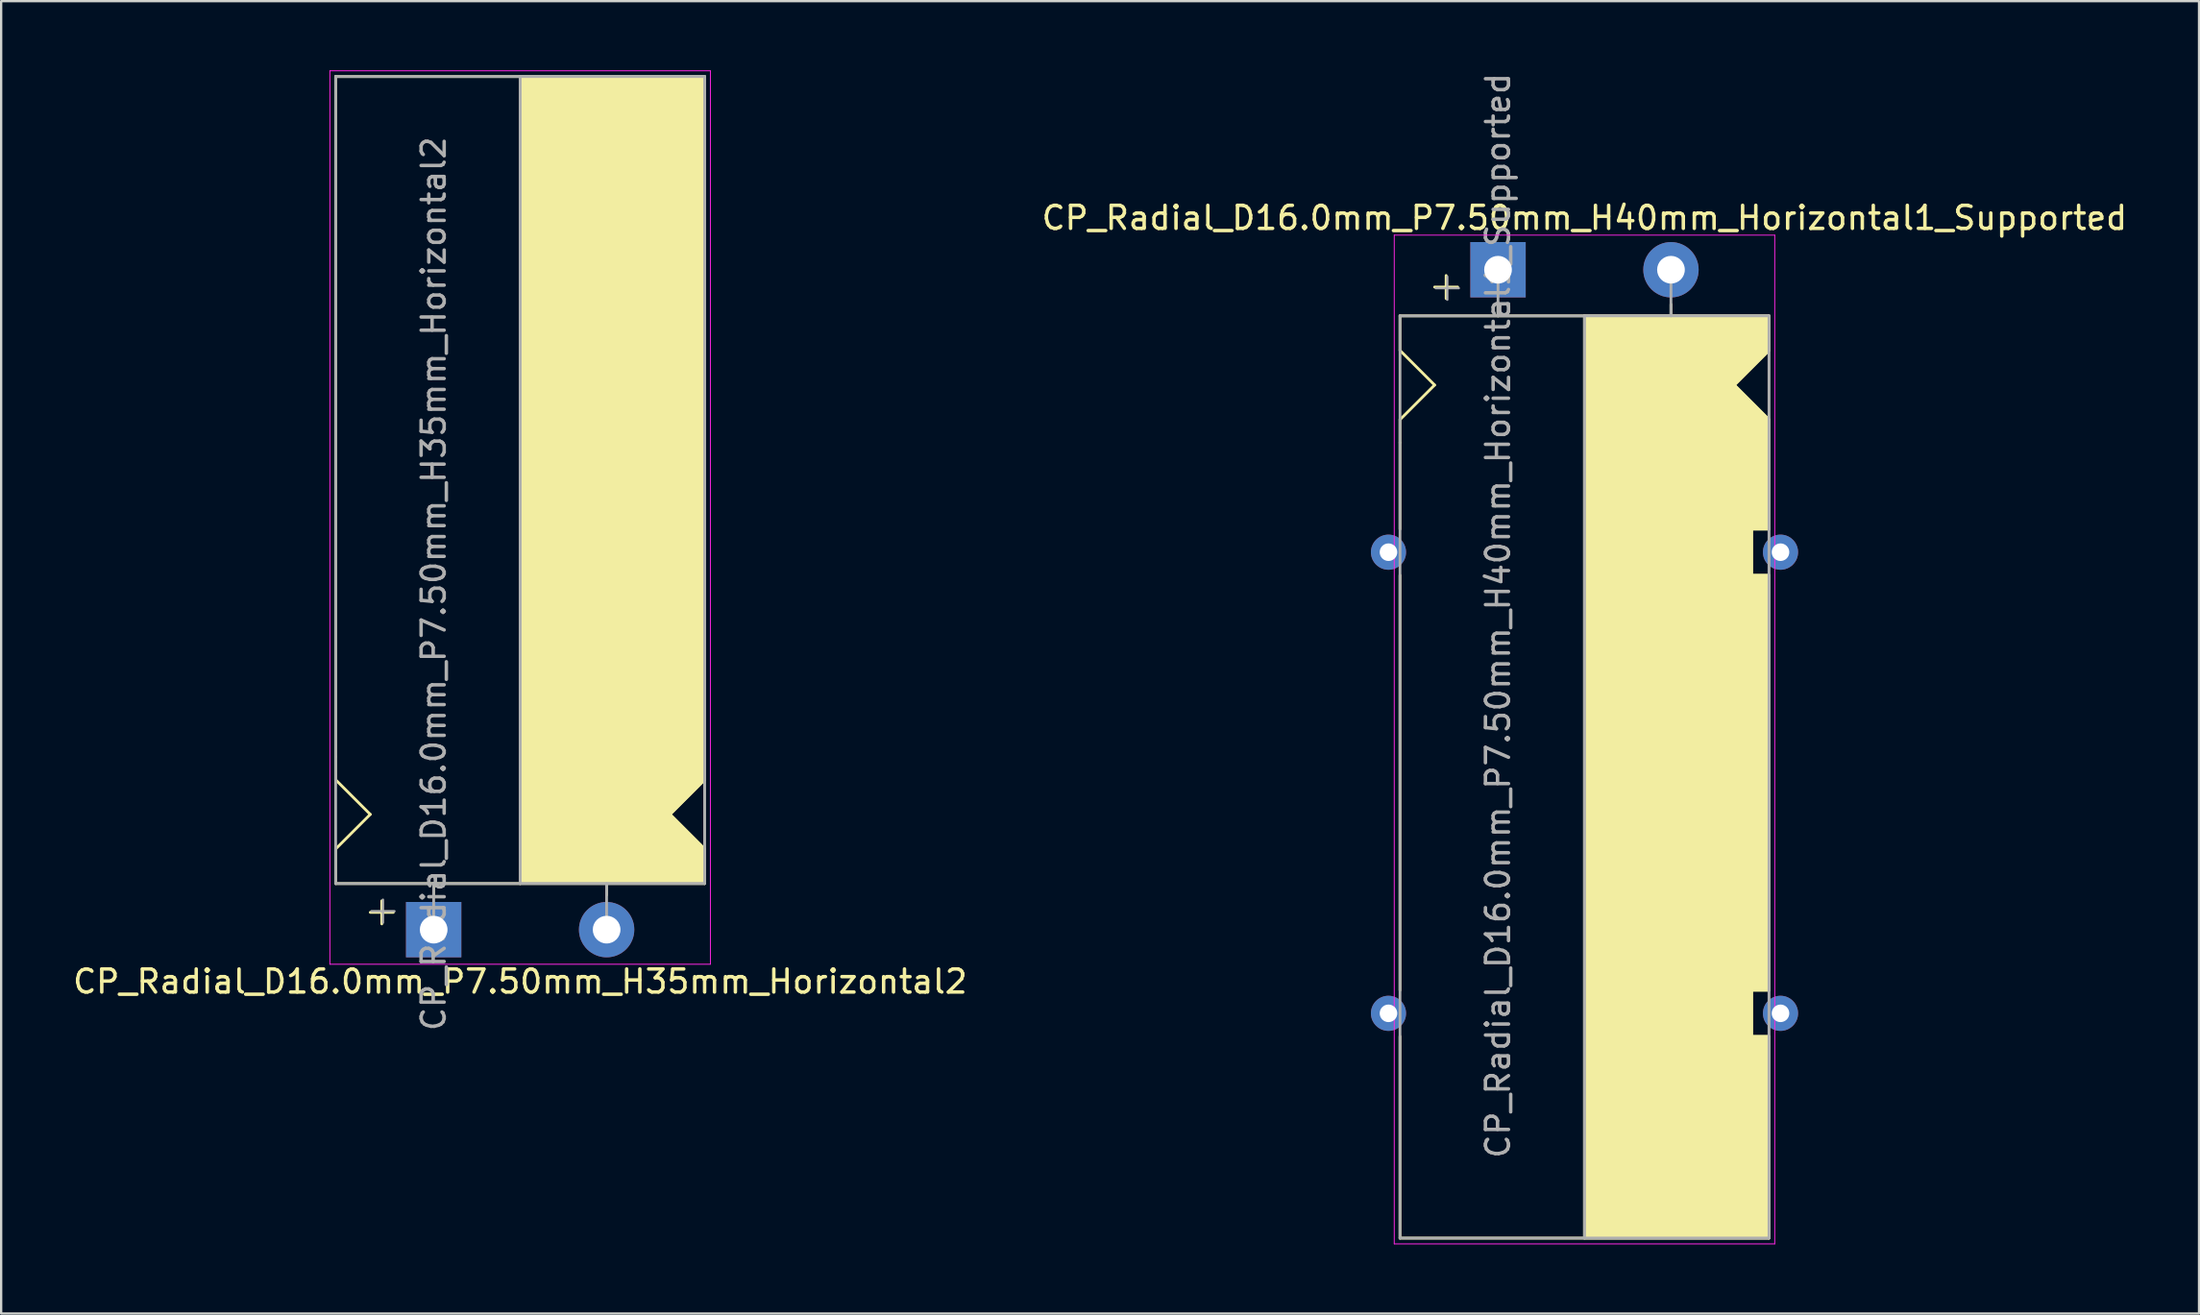
<source format=kicad_pcb>
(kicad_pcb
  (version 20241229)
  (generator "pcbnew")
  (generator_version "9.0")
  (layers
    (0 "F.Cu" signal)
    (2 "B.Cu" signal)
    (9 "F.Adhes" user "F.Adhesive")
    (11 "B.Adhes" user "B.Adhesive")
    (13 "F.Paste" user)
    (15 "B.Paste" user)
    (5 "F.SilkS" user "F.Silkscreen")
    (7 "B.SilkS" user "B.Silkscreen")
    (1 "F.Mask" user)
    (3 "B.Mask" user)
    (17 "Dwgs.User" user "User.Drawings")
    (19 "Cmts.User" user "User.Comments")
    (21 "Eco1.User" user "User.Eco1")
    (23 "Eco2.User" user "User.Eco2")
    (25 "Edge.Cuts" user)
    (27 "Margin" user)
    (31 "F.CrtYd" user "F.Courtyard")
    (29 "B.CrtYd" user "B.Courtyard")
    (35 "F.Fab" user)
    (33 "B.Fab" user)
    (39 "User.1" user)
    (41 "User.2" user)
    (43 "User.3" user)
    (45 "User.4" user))
  (footprint "CP_Radial_D16.0mm_P7.50mm_H40mm_Horizontal1_Supported"
    (layer "F.Cu")
    (at 61.911 8.649)
    (property "Reference" "CP_Radial_D16.0mm_P7.50mm_H40mm_Horizontal1_Supported" (at 3.75 -2.25 0) (layer "F.SilkS") (effects (font (size 1 1) (thickness 0.15))))
    (attr through_hole)
    (fp_line (start -4.25 2) (end -4.25 3.5) (stroke (width 0.12) (type solid)) (layer "F.SilkS"))
    (fp_line (start -4.25 3.5) (end -2.75 5) (stroke (width 0.12) (type solid)) (layer "F.SilkS"))
    (fp_line (start -4.25 6.5) (end -4.25 7.5) (stroke (width 0.12) (type solid)) (layer "F.SilkS"))
    (fp_line (start -4.25 7.5) (end -4.25 11.25) (stroke (width 0.12) (type solid)) (layer "F.SilkS"))
    (fp_line (start -4.25 31.25) (end -4.25 13.25) (stroke (width 0.12) (type solid)) (layer "F.SilkS"))
    (fp_line (start -4.25 33.25) (end -4.25 42) (stroke (width 0.12) (type solid)) (layer "F.SilkS"))
    (fp_line (start -2.75 5) (end -4.25 6.5) (stroke (width 0.12) (type solid)) (layer "F.SilkS"))
    (fp_line (start -2.25 0.25) (end -2.25 1.25) (stroke (width 0.12) (type solid)) (layer "F.SilkS"))
    (fp_line (start -1.75 0.75) (end -2.75 0.75) (stroke (width 0.12) (type solid)) (layer "F.SilkS"))
    (fp_line (start 0 1.5) (end 0 2) (stroke (width 0.12) (type solid)) (layer "F.SilkS"))
    (fp_line (start 3.75 2) (end -4.25 2) (stroke (width 0.12) (type solid)) (layer "F.SilkS"))
    (fp_line (start 3.75 2) (end 3.75 42) (stroke (width 0.12) (type solid)) (layer "F.SilkS"))
    (fp_line (start 3.75 2) (end 11.75 2) (stroke (width 0.12) (type solid)) (layer "F.SilkS"))
    (fp_line (start 7.5 1.5) (end 7.5 2) (stroke (width 0.12) (type solid)) (layer "F.SilkS"))
    (fp_line (start 10.25 5) (end 11.75 6.5) (stroke (width 0.12) (type solid)) (layer "F.SilkS"))
    (fp_line (start 11 11.25) (end 11.75 11.25) (stroke (width 0.12) (type solid)) (layer "F.SilkS"))
    (fp_line (start 11 13.25) (end 11 11.25) (stroke (width 0.12) (type solid)) (layer "F.SilkS"))
    (fp_line (start 11 31.25) (end 11.75 31.25) (stroke (width 0.12) (type solid)) (layer "F.SilkS"))
    (fp_line (start 11 33.25) (end 11 31.25) (stroke (width 0.12) (type solid)) (layer "F.SilkS"))
    (fp_line (start 11.75 2) (end 11.75 3.5) (stroke (width 0.12) (type solid)) (layer "F.SilkS"))
    (fp_line (start 11.75 3.5) (end 10.25 5) (stroke (width 0.12) (type solid)) (layer "F.SilkS"))
    (fp_line (start 11.75 11.25) (end 11.75 6.5) (stroke (width 0.12) (type solid)) (layer "F.SilkS"))
    (fp_line (start 11.75 13.25) (end 11 13.25) (stroke (width 0.12) (type solid)) (layer "F.SilkS"))
    (fp_line (start 11.75 13.25) (end 11.75 31.25) (stroke (width 0.12) (type solid)) (layer "F.SilkS"))
    (fp_line (start 11.75 33.25) (end 11 33.25) (stroke (width 0.12) (type solid)) (layer "F.SilkS"))
    (fp_line (start 11.75 42) (end -4.25 42) (stroke (width 0.12) (type solid)) (layer "F.SilkS"))
    (fp_line (start 11.75 42) (end 11.75 33.25) (stroke (width 0.12) (type solid)) (layer "F.SilkS"))
    (fp_poly (pts (xy 11.75 3.5) (xy 10.25 5) (xy 11.75 6.5) (xy 11.75 11.25) (xy 11 11.25) (xy 11 13.25) (xy 11.75 13.25) (xy 11.75 31.25) (xy 11 31.25) (xy 11 33.25) (xy 11.75 33.25) (xy 11.75 42) (xy 3.75 42) (xy 3.75 2) (xy 11.75 2)) (stroke (width 0.1) (type solid)) (fill yes) (layer "F.SilkS"))
    (fp_line (start -4.5 -1.5) (end 12 -1.5) (stroke (width 0.04) (type solid)) (layer "F.CrtYd"))
    (fp_line (start -4.5 42.25) (end -4.5 -1.5) (stroke (width 0.04) (type solid)) (layer "F.CrtYd"))
    (fp_line (start 12 -1.5) (end 12 42.25) (stroke (width 0.04) (type solid)) (layer "F.CrtYd"))
    (fp_line (start 12 42.25) (end -4.5 42.25) (stroke (width 0.04) (type solid)) (layer "F.CrtYd"))
    (fp_line (start -4.25 2) (end -4.25 42) (stroke (width 0.12) (type solid)) (layer "F.Fab"))
    (fp_line (start -4.25 42) (end 11.75 42) (stroke (width 0.12) (type solid)) (layer "F.Fab"))
    (fp_line (start -2.7 0.8) (end -1.7 0.8) (stroke (width 0.1) (type solid)) (layer "F.Fab"))
    (fp_line (start -2.2 1.3) (end -2.2 0.3) (stroke (width 0.1) (type solid)) (layer "F.Fab"))
    (fp_line (start 0 0) (end 0 2) (stroke (width 0.12) (type solid)) (layer "F.Fab"))
    (fp_line (start 0 2) (end -4.25 2) (stroke (width 0.12) (type solid)) (layer "F.Fab"))
    (fp_line (start 3.75 2) (end 3.75 42) (stroke (width 0.12) (type solid)) (layer "F.Fab"))
    (fp_line (start 7.5 0) (end 7.5 2) (stroke (width 0.12) (type solid)) (layer "F.Fab"))
    (fp_line (start 11.75 2) (end 0 2) (stroke (width 0.12) (type solid)) (layer "F.Fab"))
    (fp_line (start 11.75 42) (end 11.75 2) (stroke (width 0.12) (type solid)) (layer "F.Fab"))
    (fp_poly (pts (xy 11.75 42) (xy 3.75 42) (xy 3.75 2) (xy 11.75 2)) (stroke (width 0.1) (type solid)) (fill no) (layer "F.Fab"))
    (fp_text user "${REFERENCE}" (at 0 15 90) (layer "F.Fab") (effects (font (size 1 1) (thickness 0.15))))
    (pad "" thru_hole circle (at -4.75 12.25) (size 1.524 1.524) (drill 0.762) (layers "*.Cu" "*.Mask"))
    (pad "" thru_hole circle (at -4.75 32.25) (size 1.524 1.524) (drill 0.762) (layers "*.Cu" "*.Mask"))
    (pad "" thru_hole circle (at 12.25 12.25) (size 1.524 1.524) (drill 0.762) (layers "*.Cu" "*.Mask"))
    (pad "" thru_hole circle (at 12.25 32.25) (size 1.524 1.524) (drill 0.762) (layers "*.Cu" "*.Mask"))
    (pad "1" thru_hole rect (at 0 0) (size 2.4 2.4) (drill 1.2) (layers "*.Cu" "*.Mask"))
    (pad "2" thru_hole circle (at 7.5 0) (size 2.4 2.4) (drill 1.2) (layers "*.Cu" "*.Mask")))
  (footprint "CP_Radial_D16.0mm_P7.50mm_H35mm_Horizontal2"
    (layer "F.Cu")
    (at 15.756 37.27)
    (property "Reference" "CP_Radial_D16.0mm_P7.50mm_H35mm_Horizontal2" (at 3.75 2.25 0) (layer "F.SilkS") (effects (font (size 1 1) (thickness 0.15))))
    (attr through_hole)
    (fp_line (start -4.25 -7.5) (end -4.25 -37) (stroke (width 0.12) (type solid)) (layer "F.SilkS"))
    (fp_line (start -4.25 -6.5) (end -4.25 -7.5) (stroke (width 0.12) (type solid)) (layer "F.SilkS"))
    (fp_line (start -4.25 -3.5) (end -2.75 -5) (stroke (width 0.12) (type solid)) (layer "F.SilkS"))
    (fp_line (start -4.25 -2) (end -4.25 -3.5) (stroke (width 0.12) (type solid)) (layer "F.SilkS"))
    (fp_line (start -2.75 -5) (end -4.25 -6.5) (stroke (width 0.12) (type solid)) (layer "F.SilkS"))
    (fp_line (start -2.25 -1.25) (end -2.25 -0.25) (stroke (width 0.12) (type solid)) (layer "F.SilkS"))
    (fp_line (start -1.75 -0.75) (end -2.75 -0.75) (stroke (width 0.12) (type solid)) (layer "F.SilkS"))
    (fp_line (start 0 -1.5) (end 0 -2) (stroke (width 0.12) (type solid)) (layer "F.SilkS"))
    (fp_line (start 3.75 -2) (end -4.25 -2) (stroke (width 0.12) (type solid)) (layer "F.SilkS"))
    (fp_line (start 3.75 -2) (end 3.75 -37) (stroke (width 0.12) (type solid)) (layer "F.SilkS"))
    (fp_line (start 3.75 -2) (end 11.75 -2) (stroke (width 0.12) (type solid)) (layer "F.SilkS"))
    (fp_line (start 7.5 -1.5) (end 7.5 -2) (stroke (width 0.12) (type solid)) (layer "F.SilkS"))
    (fp_line (start 10.25 -5) (end 11.75 -6.5) (stroke (width 0.12) (type solid)) (layer "F.SilkS"))
    (fp_line (start 11.75 -37) (end -4.25 -37) (stroke (width 0.12) (type solid)) (layer "F.SilkS"))
    (fp_line (start 11.75 -37) (end 11.75 -6.5) (stroke (width 0.12) (type solid)) (layer "F.SilkS"))
    (fp_line (start 11.75 -3.5) (end 10.25 -5) (stroke (width 0.12) (type solid)) (layer "F.SilkS"))
    (fp_line (start 11.75 -2) (end 11.75 -3.5) (stroke (width 0.12) (type solid)) (layer "F.SilkS"))
    (fp_poly (pts (xy 11.75 -3.5) (xy 10.25 -5) (xy 11.75 -6.5) (xy 11.75 -37) (xy 3.75 -37) (xy 3.75 -2) (xy 11.75 -2)) (stroke (width 0.1) (type solid)) (fill yes) (layer "F.SilkS"))
    (fp_line (start -4.5 -37.25) (end -4.5 1.5) (stroke (width 0.04) (type solid)) (layer "F.CrtYd"))
    (fp_line (start -4.5 1.5) (end 12 1.5) (stroke (width 0.04) (type solid)) (layer "F.CrtYd"))
    (fp_line (start 12 -37.25) (end -4.5 -37.25) (stroke (width 0.04) (type solid)) (layer "F.CrtYd"))
    (fp_line (start 12 1.5) (end 12 -37.25) (stroke (width 0.04) (type solid)) (layer "F.CrtYd"))
    (fp_line (start -4.25 -37) (end 11.75 -37) (stroke (width 0.12) (type solid)) (layer "F.Fab"))
    (fp_line (start -4.25 -2) (end -4.25 -37) (stroke (width 0.12) (type solid)) (layer "F.Fab"))
    (fp_line (start -2.7 -0.8) (end -1.7 -0.8) (stroke (width 0.1) (type solid)) (layer "F.Fab"))
    (fp_line (start -2.2 -0.3) (end -2.2 -1.3) (stroke (width 0.1) (type solid)) (layer "F.Fab"))
    (fp_line (start 0 -2) (end -4.25 -2) (stroke (width 0.12) (type solid)) (layer "F.Fab"))
    (fp_line (start 0 0) (end 0 -2) (stroke (width 0.12) (type solid)) (layer "F.Fab"))
    (fp_line (start 3.75 -2) (end 3.75 -37) (stroke (width 0.12) (type solid)) (layer "F.Fab"))
    (fp_line (start 7.5 0) (end 7.5 -2) (stroke (width 0.12) (type solid)) (layer "F.Fab"))
    (fp_line (start 11.75 -37) (end 11.75 -2) (stroke (width 0.12) (type solid)) (layer "F.Fab"))
    (fp_line (start 11.75 -2) (end 0 -2) (stroke (width 0.12) (type solid)) (layer "F.Fab"))
    (fp_poly (pts (xy 11.75 -37) (xy 3.75 -37) (xy 3.75 -2) (xy 11.75 -2)) (stroke (width 0.1) (type solid)) (fill no) (layer "F.Fab"))
    (fp_text user "${REFERENCE}" (at 0 -15 90) (layer "F.Fab") (effects (font (size 1 1) (thickness 0.15))))
    (pad "1" thru_hole rect (at 0 0) (size 2.4 2.4) (drill 1.2) (layers "*.Cu" "*.Mask"))
    (pad "2" thru_hole circle (at 7.5 0) (size 2.4 2.4) (drill 1.2) (layers "*.Cu" "*.Mask")))
  (gr_rect
    (start -3 -3)
    (end 92.31 53.919)
    (stroke (width 0.1) (type default))
    (fill no)
    (layer "Edge.Cuts")))
</source>
